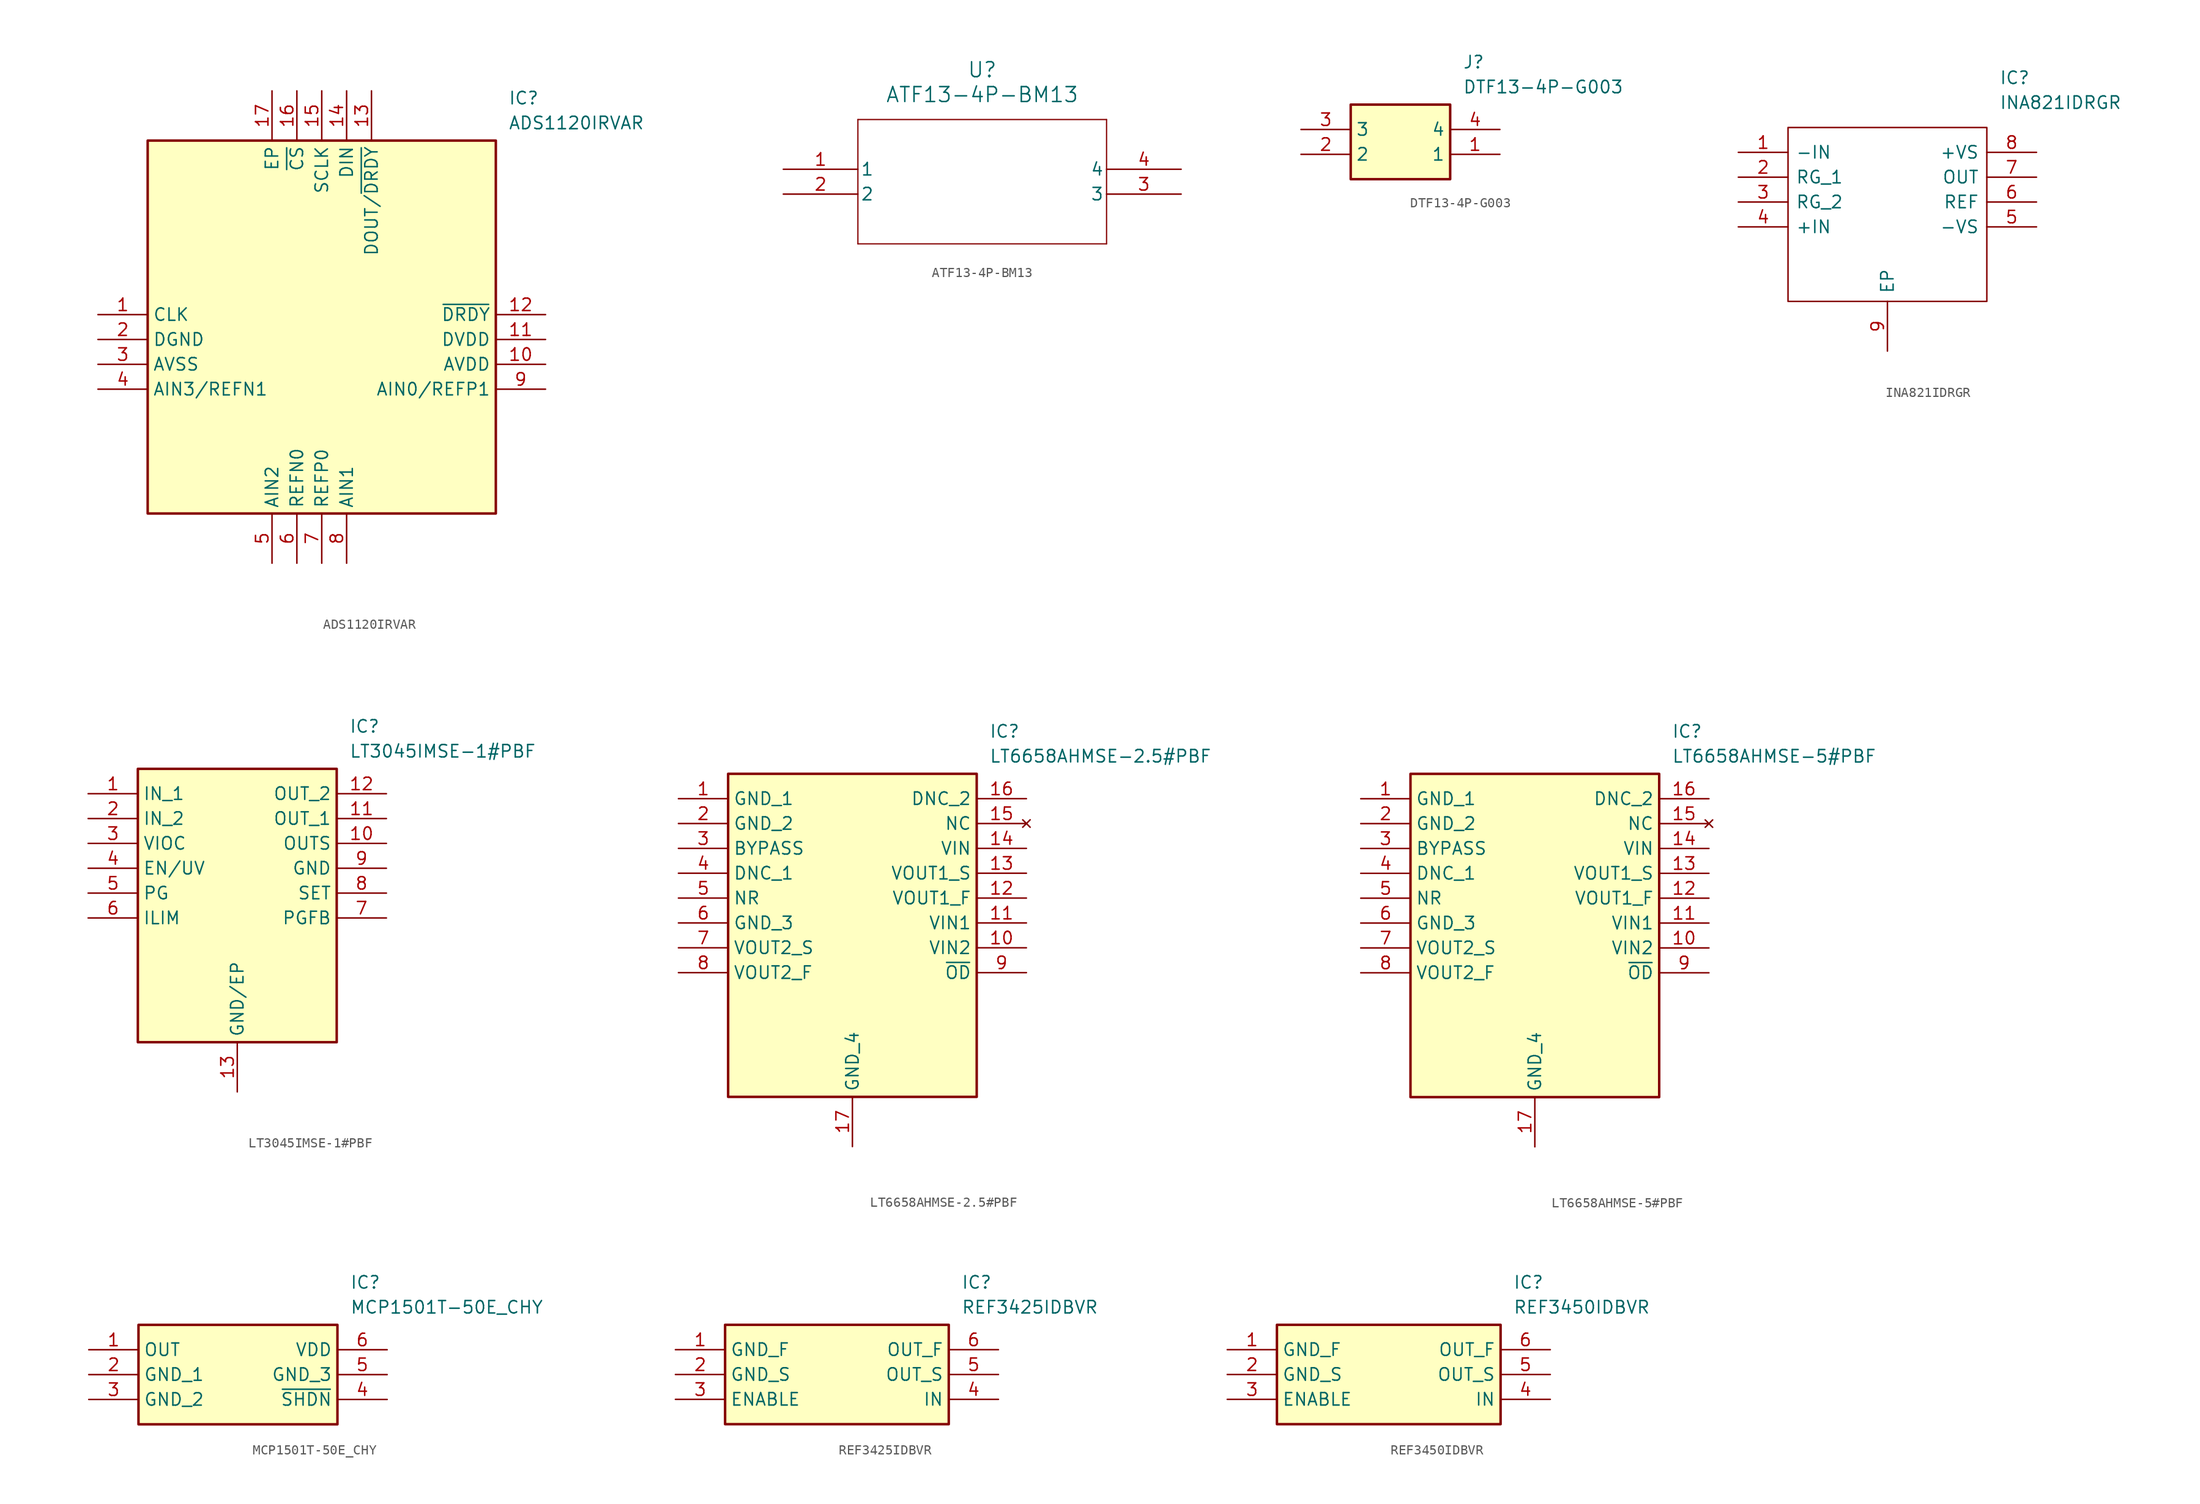
<source format=kicad_sym>
(kicad_symbol_lib
  (version 20231120)
  (generator "kicad_symbol_editor")
  (generator_version "8.0")
  (symbol "ADS1120IRVAR"
    (property "Reference" "IC"
      (at 41.91 22.86 0)
      (effects (font (size 1.27 1.27)) (justify left top)))
    (property "Value" "ADS1120IRVAR"
      (at 41.91 20.32 0)
      (effects (font (size 1.27 1.27)) (justify left top)))
    (symbol "ADS1120IRVAR_1_1"
      (rectangle (start 5.08 17.78) (end 40.64 -20.32) (stroke (width 0.254) (type default)) (fill (type background)))
      (pin passive line (at 0 0 0) (length 5.08) (name "CLK" (effects (font (size 1.27 1.27)))) (number "1" (effects (font (size 1.27 1.27)))))
      (pin passive line (at 45.72 -5.08 180) (length 5.08) (name "AVDD" (effects (font (size 1.27 1.27)))) (number "10" (effects (font (size 1.27 1.27)))))
      (pin passive line (at 45.72 -2.54 180) (length 5.08) (name "DVDD" (effects (font (size 1.27 1.27)))) (number "11" (effects (font (size 1.27 1.27)))))
      (pin passive line (at 45.72 0 180) (length 5.08) (name "~{DRDY}" (effects (font (size 1.27 1.27)))) (number "12" (effects (font (size 1.27 1.27)))))
      (pin passive line (at 27.94 22.86 270) (length 5.08) (name "DOUT/~{DRDY}" (effects (font (size 1.27 1.27)))) (number "13" (effects (font (size 1.27 1.27)))))
      (pin passive line (at 25.4 22.86 270) (length 5.08) (name "DIN" (effects (font (size 1.27 1.27)))) (number "14" (effects (font (size 1.27 1.27)))))
      (pin passive line (at 22.86 22.86 270) (length 5.08) (name "SCLK" (effects (font (size 1.27 1.27)))) (number "15" (effects (font (size 1.27 1.27)))))
      (pin passive line (at 20.32 22.86 270) (length 5.08) (name "~{CS}" (effects (font (size 1.27 1.27)))) (number "16" (effects (font (size 1.27 1.27)))))
      (pin passive line (at 17.78 22.86 270) (length 5.08) (name "EP" (effects (font (size 1.27 1.27)))) (number "17" (effects (font (size 1.27 1.27)))))
      (pin passive line (at 0 -2.54 0) (length 5.08) (name "DGND" (effects (font (size 1.27 1.27)))) (number "2" (effects (font (size 1.27 1.27)))))
      (pin passive line (at 0 -5.08 0) (length 5.08) (name "AVSS" (effects (font (size 1.27 1.27)))) (number "3" (effects (font (size 1.27 1.27)))))
      (pin passive line (at 0 -7.62 0) (length 5.08) (name "AIN3/REFN1" (effects (font (size 1.27 1.27)))) (number "4" (effects (font (size 1.27 1.27)))))
      (pin passive line (at 17.78 -25.4 90) (length 5.08) (name "AIN2" (effects (font (size 1.27 1.27)))) (number "5" (effects (font (size 1.27 1.27)))))
      (pin passive line (at 20.32 -25.4 90) (length 5.08) (name "REFN0" (effects (font (size 1.27 1.27)))) (number "6" (effects (font (size 1.27 1.27)))))
      (pin passive line (at 22.86 -25.4 90) (length 5.08) (name "REFP0" (effects (font (size 1.27 1.27)))) (number "7" (effects (font (size 1.27 1.27)))))
      (pin passive line (at 25.4 -25.4 90) (length 5.08) (name "AIN1" (effects (font (size 1.27 1.27)))) (number "8" (effects (font (size 1.27 1.27)))))
      (pin passive line (at 45.72 -7.62 180) (length 5.08) (name "AIN0/REFP1" (effects (font (size 1.27 1.27)))) (number "9" (effects (font (size 1.27 1.27)))))))
  (symbol "ATF13-4P-BM13"
    (pin_names
      (offset 0.254))
    (property "Reference" "U"
      (at 20.32 10.16 0)
      (effects (font (size 1.524 1.524))))
    (property "Value" "ATF13-4P-BM13"
      (at 20.32 7.62 0)
      (effects (font (size 1.524 1.524))))
    (property "ki_locked" ""
      (at 0 0 0)
      (effects (font (size 1.27 1.27))))
    (symbol "ATF13-4P-BM13_0_1"
      (polyline (pts (xy 7.62 -7.62) (xy 33.02 -7.62)) (stroke (width 0.127) (type default)) (fill (type none)))
      (polyline (pts (xy 7.62 5.08) (xy 7.62 -7.62)) (stroke (width 0.127) (type default)) (fill (type none)))
      (polyline (pts (xy 33.02 -7.62) (xy 33.02 5.08)) (stroke (width 0.127) (type default)) (fill (type none)))
      (polyline (pts (xy 33.02 5.08) (xy 7.62 5.08)) (stroke (width 0.127) (type default)) (fill (type none)))
      (pin unspecified line (at 0 0 0) (length 7.62) (name "1" (effects (font (size 1.27 1.27)))) (number "1" (effects (font (size 1.27 1.27)))))
      (pin unspecified line (at 0 -2.54 0) (length 7.62) (name "2" (effects (font (size 1.27 1.27)))) (number "2" (effects (font (size 1.27 1.27)))))
      (pin unspecified line (at 40.64 -2.54 180) (length 7.62) (name "3" (effects (font (size 1.27 1.27)))) (number "3" (effects (font (size 1.27 1.27)))))
      (pin unspecified line (at 40.64 0 180) (length 7.62) (name "4" (effects (font (size 1.27 1.27)))) (number "4" (effects (font (size 1.27 1.27)))))))
  (symbol "DTF13-4P-G003"
    (property "Reference" "J"
      (at 16.51 7.62 0)
      (effects (font (size 1.27 1.27)) (justify left top)))
    (property "Value" "DTF13-4P-G003"
      (at 16.51 5.08 0)
      (effects (font (size 1.27 1.27)) (justify left top)))
    (symbol "DTF13-4P-G003_1_1"
      (rectangle (start 5.08 2.54) (end 15.24 -5.08) (stroke (width 0.254) (type default)) (fill (type background)))
      (pin passive line (at 20.32 -2.54 180) (length 5.08) (name "1" (effects (font (size 1.27 1.27)))) (number "1" (effects (font (size 1.27 1.27)))))
      (pin passive line (at 0 -2.54 0) (length 5.08) (name "2" (effects (font (size 1.27 1.27)))) (number "2" (effects (font (size 1.27 1.27)))))
      (pin passive line (at 0 0 0) (length 5.08) (name "3" (effects (font (size 1.27 1.27)))) (number "3" (effects (font (size 1.27 1.27)))))
      (pin passive line (at 20.32 0 180) (length 5.08) (name "4" (effects (font (size 1.27 1.27)))) (number "4" (effects (font (size 1.27 1.27)))))))
  (symbol "INA821IDRGR"
    (pin_names
      (offset 0.762))
    (property "Reference" "IC"
      (at 26.67 7.62 0)
      (effects (font (size 1.27 1.27)) (justify left)))
    (property "Value" "INA821IDRGR"
      (at 26.67 5.08 0)
      (effects (font (size 1.27 1.27)) (justify left)))
    (symbol "INA821IDRGR_0_0"
      (pin passive line (at 0 0 0) (length 5.08) (name "-IN" (effects (font (size 1.27 1.27)))) (number "1" (effects (font (size 1.27 1.27)))))
      (pin passive line (at 0 -2.54 0) (length 5.08) (name "RG_1" (effects (font (size 1.27 1.27)))) (number "2" (effects (font (size 1.27 1.27)))))
      (pin passive line (at 0 -5.08 0) (length 5.08) (name "RG_2" (effects (font (size 1.27 1.27)))) (number "3" (effects (font (size 1.27 1.27)))))
      (pin passive line (at 0 -7.62 0) (length 5.08) (name "+IN" (effects (font (size 1.27 1.27)))) (number "4" (effects (font (size 1.27 1.27)))))
      (pin passive line (at 30.48 -7.62 180) (length 5.08) (name "-VS" (effects (font (size 1.27 1.27)))) (number "5" (effects (font (size 1.27 1.27)))))
      (pin passive line (at 30.48 -5.08 180) (length 5.08) (name "REF" (effects (font (size 1.27 1.27)))) (number "6" (effects (font (size 1.27 1.27)))))
      (pin passive line (at 30.48 -2.54 180) (length 5.08) (name "OUT" (effects (font (size 1.27 1.27)))) (number "7" (effects (font (size 1.27 1.27)))))
      (pin passive line (at 30.48 0 180) (length 5.08) (name "+VS" (effects (font (size 1.27 1.27)))) (number "8" (effects (font (size 1.27 1.27)))))
      (pin passive line (at 15.24 -20.32 90) (length 5.08) (name "EP" (effects (font (size 1.27 1.27)))) (number "9" (effects (font (size 1.27 1.27))))))
    (symbol "INA821IDRGR_0_1"
      (polyline (pts (xy 5.08 2.54) (xy 25.4 2.54) (xy 25.4 -15.24) (xy 5.08 -15.24) (xy 5.08 2.54)) (stroke (width 0.152) (type solid)) (fill (type none)))))
  (symbol "LT3045IMSE-1#PBF"
    (property "Reference" "IC"
      (at 26.67 7.62 0)
      (effects (font (size 1.27 1.27)) (justify left top)))
    (property "Value" "LT3045IMSE-1#PBF"
      (at 26.67 5.08 0)
      (effects (font (size 1.27 1.27)) (justify left top)))
    (symbol "LT3045IMSE-1#PBF_1_1"
      (rectangle (start 5.08 2.54) (end 25.4 -25.4) (stroke (width 0.254) (type default)) (fill (type background)))
      (pin passive line (at 0 0 0) (length 5.08) (name "IN_1" (effects (font (size 1.27 1.27)))) (number "1" (effects (font (size 1.27 1.27)))))
      (pin passive line (at 30.48 -5.08 180) (length 5.08) (name "OUTS" (effects (font (size 1.27 1.27)))) (number "10" (effects (font (size 1.27 1.27)))))
      (pin passive line (at 30.48 -2.54 180) (length 5.08) (name "OUT_1" (effects (font (size 1.27 1.27)))) (number "11" (effects (font (size 1.27 1.27)))))
      (pin passive line (at 30.48 0 180) (length 5.08) (name "OUT_2" (effects (font (size 1.27 1.27)))) (number "12" (effects (font (size 1.27 1.27)))))
      (pin passive line (at 15.24 -30.48 90) (length 5.08) (name "GND/EP" (effects (font (size 1.27 1.27)))) (number "13" (effects (font (size 1.27 1.27)))))
      (pin passive line (at 0 -2.54 0) (length 5.08) (name "IN_2" (effects (font (size 1.27 1.27)))) (number "2" (effects (font (size 1.27 1.27)))))
      (pin passive line (at 0 -5.08 0) (length 5.08) (name "VIOC" (effects (font (size 1.27 1.27)))) (number "3" (effects (font (size 1.27 1.27)))))
      (pin passive line (at 0 -7.62 0) (length 5.08) (name "EN/UV" (effects (font (size 1.27 1.27)))) (number "4" (effects (font (size 1.27 1.27)))))
      (pin passive line (at 0 -10.16 0) (length 5.08) (name "PG" (effects (font (size 1.27 1.27)))) (number "5" (effects (font (size 1.27 1.27)))))
      (pin passive line (at 0 -12.7 0) (length 5.08) (name "ILIM" (effects (font (size 1.27 1.27)))) (number "6" (effects (font (size 1.27 1.27)))))
      (pin passive line (at 30.48 -12.7 180) (length 5.08) (name "PGFB" (effects (font (size 1.27 1.27)))) (number "7" (effects (font (size 1.27 1.27)))))
      (pin passive line (at 30.48 -10.16 180) (length 5.08) (name "SET" (effects (font (size 1.27 1.27)))) (number "8" (effects (font (size 1.27 1.27)))))
      (pin passive line (at 30.48 -7.62 180) (length 5.08) (name "GND" (effects (font (size 1.27 1.27)))) (number "9" (effects (font (size 1.27 1.27)))))))
  (symbol "LT6658AHMSE-2.5#PBF"
    (property "Reference" "IC"
      (at 31.75 7.62 0)
      (effects (font (size 1.27 1.27)) (justify left top)))
    (property "Value" "LT6658AHMSE-2.5#PBF"
      (at 31.75 5.08 0)
      (effects (font (size 1.27 1.27)) (justify left top)))
    (symbol "LT6658AHMSE-2.5#PBF_1_1"
      (rectangle (start 5.08 2.54) (end 30.48 -30.48) (stroke (width 0.254) (type default)) (fill (type background)))
      (pin passive line (at 0 0 0) (length 5.08) (name "GND_1" (effects (font (size 1.27 1.27)))) (number "1" (effects (font (size 1.27 1.27)))))
      (pin passive line (at 35.56 -15.24 180) (length 5.08) (name "VIN2" (effects (font (size 1.27 1.27)))) (number "10" (effects (font (size 1.27 1.27)))))
      (pin passive line (at 35.56 -12.7 180) (length 5.08) (name "VIN1" (effects (font (size 1.27 1.27)))) (number "11" (effects (font (size 1.27 1.27)))))
      (pin passive line (at 35.56 -10.16 180) (length 5.08) (name "VOUT1_F" (effects (font (size 1.27 1.27)))) (number "12" (effects (font (size 1.27 1.27)))))
      (pin passive line (at 35.56 -7.62 180) (length 5.08) (name "VOUT1_S" (effects (font (size 1.27 1.27)))) (number "13" (effects (font (size 1.27 1.27)))))
      (pin passive line (at 35.56 -5.08 180) (length 5.08) (name "VIN" (effects (font (size 1.27 1.27)))) (number "14" (effects (font (size 1.27 1.27)))))
      (pin no_connect line (at 35.56 -2.54 180) (length 5.08) (name "NC" (effects (font (size 1.27 1.27)))) (number "15" (effects (font (size 1.27 1.27)))))
      (pin passive line (at 35.56 0 180) (length 5.08) (name "DNC_2" (effects (font (size 1.27 1.27)))) (number "16" (effects (font (size 1.27 1.27)))))
      (pin passive line (at 17.78 -35.56 90) (length 5.08) (name "GND_4" (effects (font (size 1.27 1.27)))) (number "17" (effects (font (size 1.27 1.27)))))
      (pin passive line (at 0 -2.54 0) (length 5.08) (name "GND_2" (effects (font (size 1.27 1.27)))) (number "2" (effects (font (size 1.27 1.27)))))
      (pin passive line (at 0 -5.08 0) (length 5.08) (name "BYPASS" (effects (font (size 1.27 1.27)))) (number "3" (effects (font (size 1.27 1.27)))))
      (pin passive line (at 0 -7.62 0) (length 5.08) (name "DNC_1" (effects (font (size 1.27 1.27)))) (number "4" (effects (font (size 1.27 1.27)))))
      (pin passive line (at 0 -10.16 0) (length 5.08) (name "NR" (effects (font (size 1.27 1.27)))) (number "5" (effects (font (size 1.27 1.27)))))
      (pin passive line (at 0 -12.7 0) (length 5.08) (name "GND_3" (effects (font (size 1.27 1.27)))) (number "6" (effects (font (size 1.27 1.27)))))
      (pin passive line (at 0 -15.24 0) (length 5.08) (name "VOUT2_S" (effects (font (size 1.27 1.27)))) (number "7" (effects (font (size 1.27 1.27)))))
      (pin passive line (at 0 -17.78 0) (length 5.08) (name "VOUT2_F" (effects (font (size 1.27 1.27)))) (number "8" (effects (font (size 1.27 1.27)))))
      (pin passive line (at 35.56 -17.78 180) (length 5.08) (name "~{OD}" (effects (font (size 1.27 1.27)))) (number "9" (effects (font (size 1.27 1.27)))))))
  (symbol "LT6658AHMSE-5#PBF"
    (property "Reference" "IC"
      (at 31.75 7.62 0)
      (effects (font (size 1.27 1.27)) (justify left top)))
    (property "Value" "LT6658AHMSE-5#PBF"
      (at 31.75 5.08 0)
      (effects (font (size 1.27 1.27)) (justify left top)))
    (symbol "LT6658AHMSE-5#PBF_1_1"
      (rectangle (start 5.08 2.54) (end 30.48 -30.48) (stroke (width 0.254) (type default)) (fill (type background)))
      (pin passive line (at 0 0 0) (length 5.08) (name "GND_1" (effects (font (size 1.27 1.27)))) (number "1" (effects (font (size 1.27 1.27)))))
      (pin passive line (at 35.56 -15.24 180) (length 5.08) (name "VIN2" (effects (font (size 1.27 1.27)))) (number "10" (effects (font (size 1.27 1.27)))))
      (pin passive line (at 35.56 -12.7 180) (length 5.08) (name "VIN1" (effects (font (size 1.27 1.27)))) (number "11" (effects (font (size 1.27 1.27)))))
      (pin passive line (at 35.56 -10.16 180) (length 5.08) (name "VOUT1_F" (effects (font (size 1.27 1.27)))) (number "12" (effects (font (size 1.27 1.27)))))
      (pin passive line (at 35.56 -7.62 180) (length 5.08) (name "VOUT1_S" (effects (font (size 1.27 1.27)))) (number "13" (effects (font (size 1.27 1.27)))))
      (pin passive line (at 35.56 -5.08 180) (length 5.08) (name "VIN" (effects (font (size 1.27 1.27)))) (number "14" (effects (font (size 1.27 1.27)))))
      (pin no_connect line (at 35.56 -2.54 180) (length 5.08) (name "NC" (effects (font (size 1.27 1.27)))) (number "15" (effects (font (size 1.27 1.27)))))
      (pin passive line (at 35.56 0 180) (length 5.08) (name "DNC_2" (effects (font (size 1.27 1.27)))) (number "16" (effects (font (size 1.27 1.27)))))
      (pin passive line (at 17.78 -35.56 90) (length 5.08) (name "GND_4" (effects (font (size 1.27 1.27)))) (number "17" (effects (font (size 1.27 1.27)))))
      (pin passive line (at 0 -2.54 0) (length 5.08) (name "GND_2" (effects (font (size 1.27 1.27)))) (number "2" (effects (font (size 1.27 1.27)))))
      (pin passive line (at 0 -5.08 0) (length 5.08) (name "BYPASS" (effects (font (size 1.27 1.27)))) (number "3" (effects (font (size 1.27 1.27)))))
      (pin passive line (at 0 -7.62 0) (length 5.08) (name "DNC_1" (effects (font (size 1.27 1.27)))) (number "4" (effects (font (size 1.27 1.27)))))
      (pin passive line (at 0 -10.16 0) (length 5.08) (name "NR" (effects (font (size 1.27 1.27)))) (number "5" (effects (font (size 1.27 1.27)))))
      (pin passive line (at 0 -12.7 0) (length 5.08) (name "GND_3" (effects (font (size 1.27 1.27)))) (number "6" (effects (font (size 1.27 1.27)))))
      (pin passive line (at 0 -15.24 0) (length 5.08) (name "VOUT2_S" (effects (font (size 1.27 1.27)))) (number "7" (effects (font (size 1.27 1.27)))))
      (pin passive line (at 0 -17.78 0) (length 5.08) (name "VOUT2_F" (effects (font (size 1.27 1.27)))) (number "8" (effects (font (size 1.27 1.27)))))
      (pin passive line (at 35.56 -17.78 180) (length 5.08) (name "~{OD}" (effects (font (size 1.27 1.27)))) (number "9" (effects (font (size 1.27 1.27)))))))
  (symbol "MCP1501T-50E_CHY"
    (property "Reference" "IC"
      (at 26.67 7.62 0)
      (effects (font (size 1.27 1.27)) (justify left top)))
    (property "Value" "MCP1501T-50E_CHY"
      (at 26.67 5.08 0)
      (effects (font (size 1.27 1.27)) (justify left top)))
    (symbol "MCP1501T-50E_CHY_1_1"
      (rectangle (start 5.08 2.54) (end 25.4 -7.62) (stroke (width 0.254) (type default)) (fill (type background)))
      (pin passive line (at 0 0 0) (length 5.08) (name "OUT" (effects (font (size 1.27 1.27)))) (number "1" (effects (font (size 1.27 1.27)))))
      (pin passive line (at 0 -2.54 0) (length 5.08) (name "GND_1" (effects (font (size 1.27 1.27)))) (number "2" (effects (font (size 1.27 1.27)))))
      (pin passive line (at 0 -5.08 0) (length 5.08) (name "GND_2" (effects (font (size 1.27 1.27)))) (number "3" (effects (font (size 1.27 1.27)))))
      (pin passive line (at 30.48 -5.08 180) (length 5.08) (name "~{SHDN}" (effects (font (size 1.27 1.27)))) (number "4" (effects (font (size 1.27 1.27)))))
      (pin passive line (at 30.48 -2.54 180) (length 5.08) (name "GND_3" (effects (font (size 1.27 1.27)))) (number "5" (effects (font (size 1.27 1.27)))))
      (pin passive line (at 30.48 0 180) (length 5.08) (name "VDD" (effects (font (size 1.27 1.27)))) (number "6" (effects (font (size 1.27 1.27)))))))
  (symbol "REF3425IDBVR"
    (property "Reference" "IC"
      (at 29.21 7.62 0)
      (effects (font (size 1.27 1.27)) (justify left top)))
    (property "Value" "REF3425IDBVR"
      (at 29.21 5.08 0)
      (effects (font (size 1.27 1.27)) (justify left top)))
    (symbol "REF3425IDBVR_1_1"
      (rectangle (start 5.08 2.54) (end 27.94 -7.62) (stroke (width 0.254) (type default)) (fill (type background)))
      (pin passive line (at 0 0 0) (length 5.08) (name "GND_F" (effects (font (size 1.27 1.27)))) (number "1" (effects (font (size 1.27 1.27)))))
      (pin passive line (at 0 -2.54 0) (length 5.08) (name "GND_S" (effects (font (size 1.27 1.27)))) (number "2" (effects (font (size 1.27 1.27)))))
      (pin passive line (at 0 -5.08 0) (length 5.08) (name "ENABLE" (effects (font (size 1.27 1.27)))) (number "3" (effects (font (size 1.27 1.27)))))
      (pin passive line (at 33.02 -5.08 180) (length 5.08) (name "IN" (effects (font (size 1.27 1.27)))) (number "4" (effects (font (size 1.27 1.27)))))
      (pin passive line (at 33.02 -2.54 180) (length 5.08) (name "OUT_S" (effects (font (size 1.27 1.27)))) (number "5" (effects (font (size 1.27 1.27)))))
      (pin passive line (at 33.02 0 180) (length 5.08) (name "OUT_F" (effects (font (size 1.27 1.27)))) (number "6" (effects (font (size 1.27 1.27)))))))
  (symbol "REF3450IDBVR"
    (property "Reference" "IC"
      (at 29.21 7.62 0)
      (effects (font (size 1.27 1.27)) (justify left top)))
    (property "Value" "REF3450IDBVR"
      (at 29.21 5.08 0)
      (effects (font (size 1.27 1.27)) (justify left top)))
    (symbol "REF3450IDBVR_1_1"
      (rectangle (start 5.08 2.54) (end 27.94 -7.62) (stroke (width 0.254) (type default)) (fill (type background)))
      (pin passive line (at 0 0 0) (length 5.08) (name "GND_F" (effects (font (size 1.27 1.27)))) (number "1" (effects (font (size 1.27 1.27)))))
      (pin passive line (at 0 -2.54 0) (length 5.08) (name "GND_S" (effects (font (size 1.27 1.27)))) (number "2" (effects (font (size 1.27 1.27)))))
      (pin passive line (at 0 -5.08 0) (length 5.08) (name "ENABLE" (effects (font (size 1.27 1.27)))) (number "3" (effects (font (size 1.27 1.27)))))
      (pin passive line (at 33.02 -5.08 180) (length 5.08) (name "IN" (effects (font (size 1.27 1.27)))) (number "4" (effects (font (size 1.27 1.27)))))
      (pin passive line (at 33.02 -2.54 180) (length 5.08) (name "OUT_S" (effects (font (size 1.27 1.27)))) (number "5" (effects (font (size 1.27 1.27)))))
      (pin passive line (at 33.02 0 180) (length 5.08) (name "OUT_F" (effects (font (size 1.27 1.27)))) (number "6" (effects (font (size 1.27 1.27))))))))
</source>
